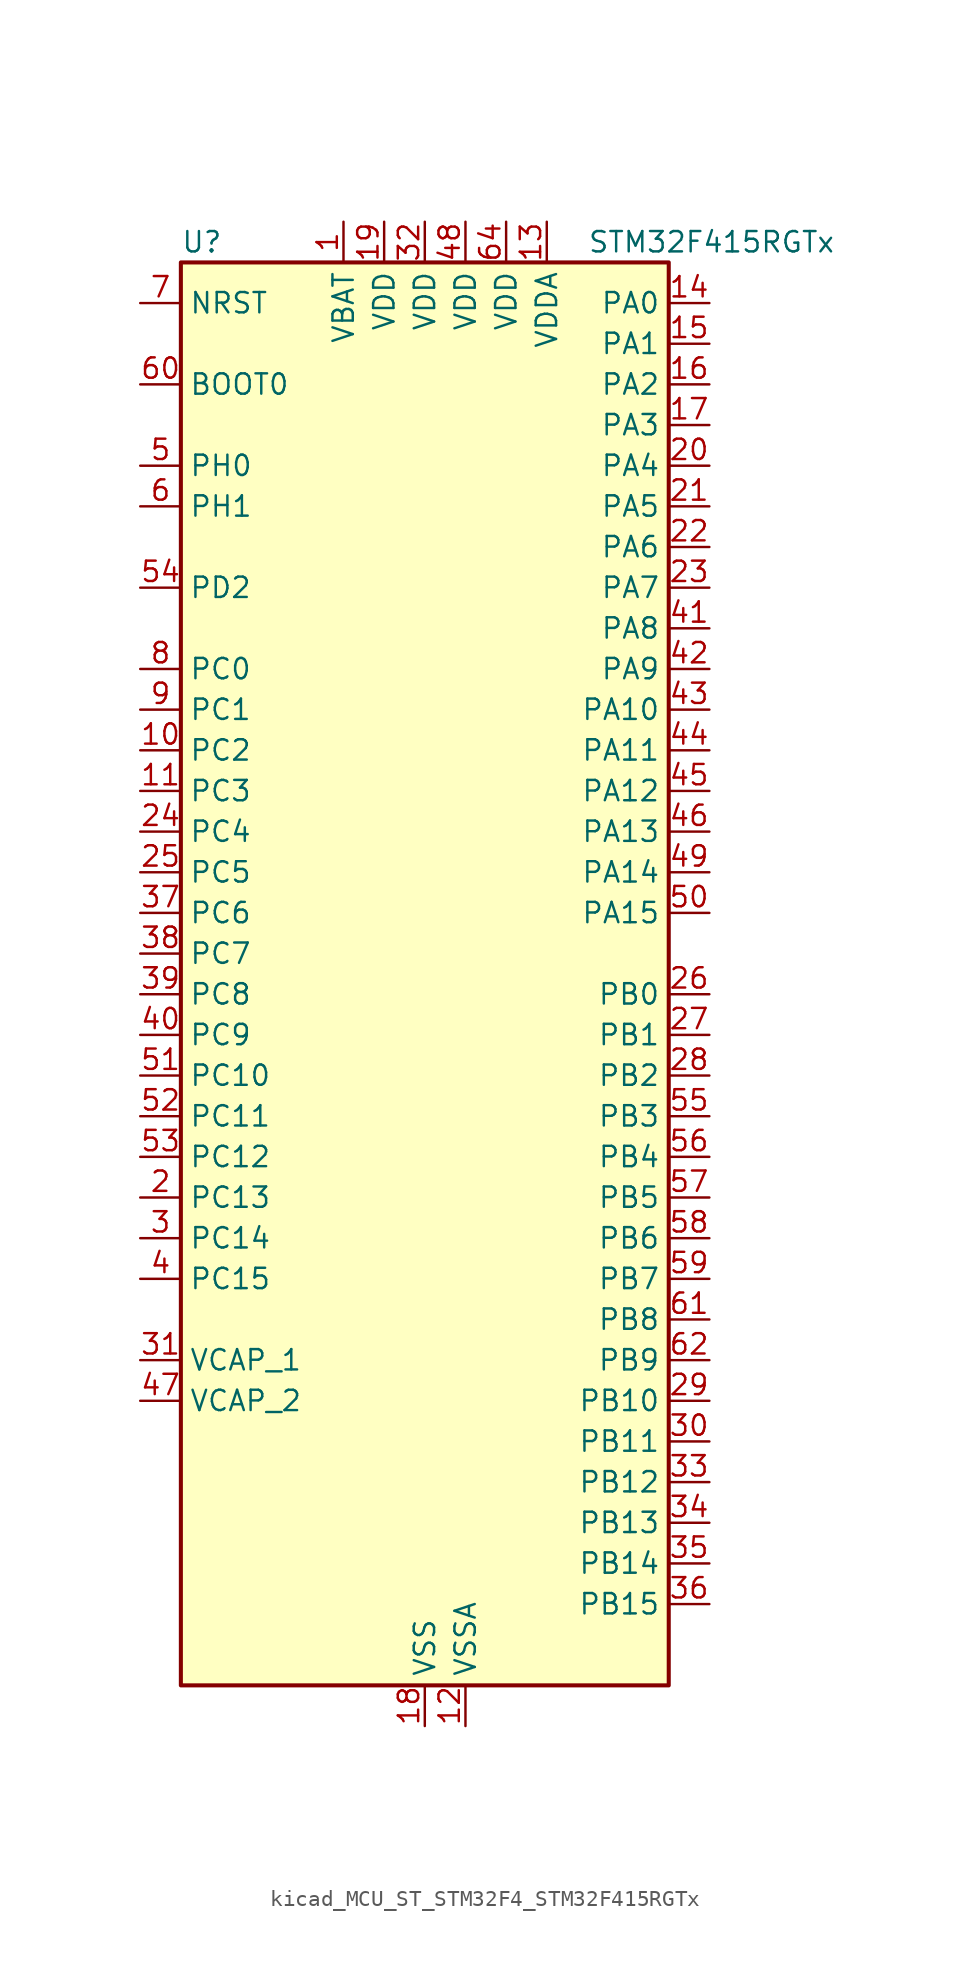
<source format=kicad_sym>
(kicad_symbol_lib
  (version 20220914)
  (generator kicad_symbol_editor)
  (symbol "kicad_MCU_ST_STM32F4_STM32F415RGTx"
    (property "Reference" "U"
      (at -15.24 46.99 0)
      (effects (font (size 1.27 1.27)) (justify left)))
    (property "Value" "STM32F415RGTx"
      (at 10.16 46.99 0)
      (effects (font (size 1.27 1.27)) (justify left)))
    (property "ki_locked" ""
      (at 0 0 0)
      (effects (font (size 1.27 1.27))))
    (symbol "kicad_MCU_ST_STM32F4_STM32F415RGTx_0_1"
      (rectangle (start -15.24 -43.18) (end 15.24 45.72) (stroke (width 0.254) (type default)) (fill (type background))))
    (symbol "kicad_MCU_ST_STM32F4_STM32F415RGTx_1_1"
      (pin power_in line (at -5.08 48.26 270) (length 2.54) (name "VBAT" (effects (font (size 1.27 1.27)))) (number "1" (effects (font (size 1.27 1.27)))))
      (pin bidirectional line (at -17.78 15.24 0) (length 2.54) (name "PC2" (effects (font (size 1.27 1.27)))) (number "10" (effects (font (size 1.27 1.27)))) (alternate "ADC1_IN12" bidirectional line) (alternate "ADC2_IN12" bidirectional line) (alternate "ADC3_IN12" bidirectional line) (alternate "I2S2_ext_SD" bidirectional line) (alternate "SPI2_MISO" bidirectional line) (alternate "USB_OTG_HS_ULPI_DIR" bidirectional line))
      (pin bidirectional line (at -17.78 12.7 0) (length 2.54) (name "PC3" (effects (font (size 1.27 1.27)))) (number "11" (effects (font (size 1.27 1.27)))) (alternate "ADC1_IN13" bidirectional line) (alternate "ADC2_IN13" bidirectional line) (alternate "ADC3_IN13" bidirectional line) (alternate "I2S2_SD" bidirectional line) (alternate "SPI2_MOSI" bidirectional line) (alternate "USB_OTG_HS_ULPI_NXT" bidirectional line))
      (pin power_in line (at 2.54 -45.72 90) (length 2.54) (name "VSSA" (effects (font (size 1.27 1.27)))) (number "12" (effects (font (size 1.27 1.27)))))
      (pin power_in line (at 7.62 48.26 270) (length 2.54) (name "VDDA" (effects (font (size 1.27 1.27)))) (number "13" (effects (font (size 1.27 1.27)))))
      (pin bidirectional line (at 17.78 43.18 180) (length 2.54) (name "PA0" (effects (font (size 1.27 1.27)))) (number "14" (effects (font (size 1.27 1.27)))) (alternate "ADC1_IN0" bidirectional line) (alternate "ADC2_IN0" bidirectional line) (alternate "ADC3_IN0" bidirectional line) (alternate "SYS_WKUP" bidirectional line) (alternate "TIM2_CH1" bidirectional line) (alternate "TIM2_ETR" bidirectional line) (alternate "TIM5_CH1" bidirectional line) (alternate "TIM8_ETR" bidirectional line) (alternate "UART4_TX" bidirectional line) (alternate "USART2_CTS" bidirectional line))
      (pin bidirectional line (at 17.78 40.64 180) (length 2.54) (name "PA1" (effects (font (size 1.27 1.27)))) (number "15" (effects (font (size 1.27 1.27)))) (alternate "ADC1_IN1" bidirectional line) (alternate "ADC2_IN1" bidirectional line) (alternate "ADC3_IN1" bidirectional line) (alternate "TIM2_CH2" bidirectional line) (alternate "TIM5_CH2" bidirectional line) (alternate "UART4_RX" bidirectional line) (alternate "USART2_RTS" bidirectional line))
      (pin bidirectional line (at 17.78 38.1 180) (length 2.54) (name "PA2" (effects (font (size 1.27 1.27)))) (number "16" (effects (font (size 1.27 1.27)))) (alternate "ADC1_IN2" bidirectional line) (alternate "ADC2_IN2" bidirectional line) (alternate "ADC3_IN2" bidirectional line) (alternate "TIM2_CH3" bidirectional line) (alternate "TIM5_CH3" bidirectional line) (alternate "TIM9_CH1" bidirectional line) (alternate "USART2_TX" bidirectional line))
      (pin bidirectional line (at 17.78 35.56 180) (length 2.54) (name "PA3" (effects (font (size 1.27 1.27)))) (number "17" (effects (font (size 1.27 1.27)))) (alternate "ADC1_IN3" bidirectional line) (alternate "ADC2_IN3" bidirectional line) (alternate "ADC3_IN3" bidirectional line) (alternate "TIM2_CH4" bidirectional line) (alternate "TIM5_CH4" bidirectional line) (alternate "TIM9_CH2" bidirectional line) (alternate "USART2_RX" bidirectional line) (alternate "USB_OTG_HS_ULPI_D0" bidirectional line))
      (pin power_in line (at 0 -45.72 90) (length 2.54) (name "VSS" (effects (font (size 1.27 1.27)))) (number "18" (effects (font (size 1.27 1.27)))))
      (pin power_in line (at -2.54 48.26 270) (length 2.54) (name "VDD" (effects (font (size 1.27 1.27)))) (number "19" (effects (font (size 1.27 1.27)))))
      (pin bidirectional line (at -17.78 -12.7 0) (length 2.54) (name "PC13" (effects (font (size 1.27 1.27)))) (number "2" (effects (font (size 1.27 1.27)))) (alternate "RTC_AF1" bidirectional line))
      (pin bidirectional line (at 17.78 33.02 180) (length 2.54) (name "PA4" (effects (font (size 1.27 1.27)))) (number "20" (effects (font (size 1.27 1.27)))) (alternate "ADC1_IN4" bidirectional line) (alternate "ADC2_IN4" bidirectional line) (alternate "DAC_OUT1" bidirectional line) (alternate "I2S3_WS" bidirectional line) (alternate "SPI1_NSS" bidirectional line) (alternate "SPI3_NSS" bidirectional line) (alternate "USART2_CK" bidirectional line) (alternate "USB_OTG_HS_SOF" bidirectional line))
      (pin bidirectional line (at 17.78 30.48 180) (length 2.54) (name "PA5" (effects (font (size 1.27 1.27)))) (number "21" (effects (font (size 1.27 1.27)))) (alternate "ADC1_IN5" bidirectional line) (alternate "ADC2_IN5" bidirectional line) (alternate "DAC_OUT2" bidirectional line) (alternate "SPI1_SCK" bidirectional line) (alternate "TIM2_CH1" bidirectional line) (alternate "TIM2_ETR" bidirectional line) (alternate "TIM8_CH1N" bidirectional line) (alternate "USB_OTG_HS_ULPI_CK" bidirectional line))
      (pin bidirectional line (at 17.78 27.94 180) (length 2.54) (name "PA6" (effects (font (size 1.27 1.27)))) (number "22" (effects (font (size 1.27 1.27)))) (alternate "ADC1_IN6" bidirectional line) (alternate "ADC2_IN6" bidirectional line) (alternate "SPI1_MISO" bidirectional line) (alternate "TIM13_CH1" bidirectional line) (alternate "TIM1_BKIN" bidirectional line) (alternate "TIM3_CH1" bidirectional line) (alternate "TIM8_BKIN" bidirectional line))
      (pin bidirectional line (at 17.78 25.4 180) (length 2.54) (name "PA7" (effects (font (size 1.27 1.27)))) (number "23" (effects (font (size 1.27 1.27)))) (alternate "ADC1_IN7" bidirectional line) (alternate "ADC2_IN7" bidirectional line) (alternate "SPI1_MOSI" bidirectional line) (alternate "TIM14_CH1" bidirectional line) (alternate "TIM1_CH1N" bidirectional line) (alternate "TIM3_CH2" bidirectional line) (alternate "TIM8_CH1N" bidirectional line))
      (pin bidirectional line (at -17.78 10.16 0) (length 2.54) (name "PC4" (effects (font (size 1.27 1.27)))) (number "24" (effects (font (size 1.27 1.27)))) (alternate "ADC1_IN14" bidirectional line) (alternate "ADC2_IN14" bidirectional line))
      (pin bidirectional line (at -17.78 7.62 0) (length 2.54) (name "PC5" (effects (font (size 1.27 1.27)))) (number "25" (effects (font (size 1.27 1.27)))) (alternate "ADC1_IN15" bidirectional line) (alternate "ADC2_IN15" bidirectional line))
      (pin bidirectional line (at 17.78 0 180) (length 2.54) (name "PB0" (effects (font (size 1.27 1.27)))) (number "26" (effects (font (size 1.27 1.27)))) (alternate "ADC1_IN8" bidirectional line) (alternate "ADC2_IN8" bidirectional line) (alternate "TIM1_CH2N" bidirectional line) (alternate "TIM3_CH3" bidirectional line) (alternate "TIM8_CH2N" bidirectional line) (alternate "USB_OTG_HS_ULPI_D1" bidirectional line))
      (pin bidirectional line (at 17.78 -2.54 180) (length 2.54) (name "PB1" (effects (font (size 1.27 1.27)))) (number "27" (effects (font (size 1.27 1.27)))) (alternate "ADC1_IN9" bidirectional line) (alternate "ADC2_IN9" bidirectional line) (alternate "TIM1_CH3N" bidirectional line) (alternate "TIM3_CH4" bidirectional line) (alternate "TIM8_CH3N" bidirectional line) (alternate "USB_OTG_HS_ULPI_D2" bidirectional line))
      (pin bidirectional line (at 17.78 -5.08 180) (length 2.54) (name "PB2" (effects (font (size 1.27 1.27)))) (number "28" (effects (font (size 1.27 1.27)))))
      (pin bidirectional line (at 17.78 -25.4 180) (length 2.54) (name "PB10" (effects (font (size 1.27 1.27)))) (number "29" (effects (font (size 1.27 1.27)))) (alternate "I2C2_SCL" bidirectional line) (alternate "I2S2_CK" bidirectional line) (alternate "SPI2_SCK" bidirectional line) (alternate "TIM2_CH3" bidirectional line) (alternate "USART3_TX" bidirectional line) (alternate "USB_OTG_HS_ULPI_D3" bidirectional line))
      (pin bidirectional line (at -17.78 -15.24 0) (length 2.54) (name "PC14" (effects (font (size 1.27 1.27)))) (number "3" (effects (font (size 1.27 1.27)))) (alternate "RCC_OSC32_IN" bidirectional line))
      (pin bidirectional line (at 17.78 -27.94 180) (length 2.54) (name "PB11" (effects (font (size 1.27 1.27)))) (number "30" (effects (font (size 1.27 1.27)))) (alternate "ADC1_EXTI11" bidirectional line) (alternate "ADC2_EXTI11" bidirectional line) (alternate "ADC3_EXTI11" bidirectional line) (alternate "I2C2_SDA" bidirectional line) (alternate "TIM2_CH4" bidirectional line) (alternate "USART3_RX" bidirectional line) (alternate "USB_OTG_HS_ULPI_D4" bidirectional line))
      (pin power_out line (at -17.78 -22.86 0) (length 2.54) (name "VCAP_1" (effects (font (size 1.27 1.27)))) (number "31" (effects (font (size 1.27 1.27)))))
      (pin power_in line (at 0 48.26 270) (length 2.54) (name "VDD" (effects (font (size 1.27 1.27)))) (number "32" (effects (font (size 1.27 1.27)))))
      (pin bidirectional line (at 17.78 -30.48 180) (length 2.54) (name "PB12" (effects (font (size 1.27 1.27)))) (number "33" (effects (font (size 1.27 1.27)))) (alternate "CAN2_RX" bidirectional line) (alternate "I2C2_SMBA" bidirectional line) (alternate "I2S2_WS" bidirectional line) (alternate "SPI2_NSS" bidirectional line) (alternate "TIM1_BKIN" bidirectional line) (alternate "USART3_CK" bidirectional line) (alternate "USB_OTG_HS_ID" bidirectional line) (alternate "USB_OTG_HS_ULPI_D5" bidirectional line))
      (pin bidirectional line (at 17.78 -33.02 180) (length 2.54) (name "PB13" (effects (font (size 1.27 1.27)))) (number "34" (effects (font (size 1.27 1.27)))) (alternate "CAN2_TX" bidirectional line) (alternate "I2S2_CK" bidirectional line) (alternate "SPI2_SCK" bidirectional line) (alternate "TIM1_CH1N" bidirectional line) (alternate "USART3_CTS" bidirectional line) (alternate "USB_OTG_HS_ULPI_D6" bidirectional line) (alternate "USB_OTG_HS_VBUS" bidirectional line))
      (pin bidirectional line (at 17.78 -35.56 180) (length 2.54) (name "PB14" (effects (font (size 1.27 1.27)))) (number "35" (effects (font (size 1.27 1.27)))) (alternate "I2S2_ext_SD" bidirectional line) (alternate "SPI2_MISO" bidirectional line) (alternate "TIM12_CH1" bidirectional line) (alternate "TIM1_CH2N" bidirectional line) (alternate "TIM8_CH2N" bidirectional line) (alternate "USART3_RTS" bidirectional line) (alternate "USB_OTG_HS_DM" bidirectional line))
      (pin bidirectional line (at 17.78 -38.1 180) (length 2.54) (name "PB15" (effects (font (size 1.27 1.27)))) (number "36" (effects (font (size 1.27 1.27)))) (alternate "ADC1_EXTI15" bidirectional line) (alternate "ADC2_EXTI15" bidirectional line) (alternate "ADC3_EXTI15" bidirectional line) (alternate "I2S2_SD" bidirectional line) (alternate "RTC_REFIN" bidirectional line) (alternate "SPI2_MOSI" bidirectional line) (alternate "TIM12_CH2" bidirectional line) (alternate "TIM1_CH3N" bidirectional line) (alternate "TIM8_CH3N" bidirectional line) (alternate "USB_OTG_HS_DP" bidirectional line))
      (pin bidirectional line (at -17.78 5.08 0) (length 2.54) (name "PC6" (effects (font (size 1.27 1.27)))) (number "37" (effects (font (size 1.27 1.27)))) (alternate "I2S2_MCK" bidirectional line) (alternate "SDIO_D6" bidirectional line) (alternate "TIM3_CH1" bidirectional line) (alternate "TIM8_CH1" bidirectional line) (alternate "USART6_TX" bidirectional line))
      (pin bidirectional line (at -17.78 2.54 0) (length 2.54) (name "PC7" (effects (font (size 1.27 1.27)))) (number "38" (effects (font (size 1.27 1.27)))) (alternate "I2S3_MCK" bidirectional line) (alternate "SDIO_D7" bidirectional line) (alternate "TIM3_CH2" bidirectional line) (alternate "TIM8_CH2" bidirectional line) (alternate "USART6_RX" bidirectional line))
      (pin bidirectional line (at -17.78 0 0) (length 2.54) (name "PC8" (effects (font (size 1.27 1.27)))) (number "39" (effects (font (size 1.27 1.27)))) (alternate "SDIO_D0" bidirectional line) (alternate "TIM3_CH3" bidirectional line) (alternate "TIM8_CH3" bidirectional line) (alternate "USART6_CK" bidirectional line))
      (pin bidirectional line (at -17.78 -17.78 0) (length 2.54) (name "PC15" (effects (font (size 1.27 1.27)))) (number "4" (effects (font (size 1.27 1.27)))) (alternate "ADC1_EXTI15" bidirectional line) (alternate "ADC2_EXTI15" bidirectional line) (alternate "ADC3_EXTI15" bidirectional line) (alternate "RCC_OSC32_OUT" bidirectional line))
      (pin bidirectional line (at -17.78 -2.54 0) (length 2.54) (name "PC9" (effects (font (size 1.27 1.27)))) (number "40" (effects (font (size 1.27 1.27)))) (alternate "DAC_EXTI9" bidirectional line) (alternate "I2C3_SDA" bidirectional line) (alternate "I2S_CKIN" bidirectional line) (alternate "RCC_MCO_2" bidirectional line) (alternate "SDIO_D1" bidirectional line) (alternate "TIM3_CH4" bidirectional line) (alternate "TIM8_CH4" bidirectional line))
      (pin bidirectional line (at 17.78 22.86 180) (length 2.54) (name "PA8" (effects (font (size 1.27 1.27)))) (number "41" (effects (font (size 1.27 1.27)))) (alternate "I2C3_SCL" bidirectional line) (alternate "RCC_MCO_1" bidirectional line) (alternate "TIM1_CH1" bidirectional line) (alternate "USART1_CK" bidirectional line) (alternate "USB_OTG_FS_SOF" bidirectional line))
      (pin bidirectional line (at 17.78 20.32 180) (length 2.54) (name "PA9" (effects (font (size 1.27 1.27)))) (number "42" (effects (font (size 1.27 1.27)))) (alternate "DAC_EXTI9" bidirectional line) (alternate "I2C3_SMBA" bidirectional line) (alternate "TIM1_CH2" bidirectional line) (alternate "USART1_TX" bidirectional line) (alternate "USB_OTG_FS_VBUS" bidirectional line))
      (pin bidirectional line (at 17.78 17.78 180) (length 2.54) (name "PA10" (effects (font (size 1.27 1.27)))) (number "43" (effects (font (size 1.27 1.27)))) (alternate "TIM1_CH3" bidirectional line) (alternate "USART1_RX" bidirectional line) (alternate "USB_OTG_FS_ID" bidirectional line))
      (pin bidirectional line (at 17.78 15.24 180) (length 2.54) (name "PA11" (effects (font (size 1.27 1.27)))) (number "44" (effects (font (size 1.27 1.27)))) (alternate "ADC1_EXTI11" bidirectional line) (alternate "ADC2_EXTI11" bidirectional line) (alternate "ADC3_EXTI11" bidirectional line) (alternate "CAN1_RX" bidirectional line) (alternate "TIM1_CH4" bidirectional line) (alternate "USART1_CTS" bidirectional line) (alternate "USB_OTG_FS_DM" bidirectional line))
      (pin bidirectional line (at 17.78 12.7 180) (length 2.54) (name "PA12" (effects (font (size 1.27 1.27)))) (number "45" (effects (font (size 1.27 1.27)))) (alternate "CAN1_TX" bidirectional line) (alternate "TIM1_ETR" bidirectional line) (alternate "USART1_RTS" bidirectional line) (alternate "USB_OTG_FS_DP" bidirectional line))
      (pin bidirectional line (at 17.78 10.16 180) (length 2.54) (name "PA13" (effects (font (size 1.27 1.27)))) (number "46" (effects (font (size 1.27 1.27)))) (alternate "SYS_JTMS-SWDIO" bidirectional line))
      (pin power_out line (at -17.78 -25.4 0) (length 2.54) (name "VCAP_2" (effects (font (size 1.27 1.27)))) (number "47" (effects (font (size 1.27 1.27)))))
      (pin power_in line (at 2.54 48.26 270) (length 2.54) (name "VDD" (effects (font (size 1.27 1.27)))) (number "48" (effects (font (size 1.27 1.27)))))
      (pin bidirectional line (at 17.78 7.62 180) (length 2.54) (name "PA14" (effects (font (size 1.27 1.27)))) (number "49" (effects (font (size 1.27 1.27)))) (alternate "SYS_JTCK-SWCLK" bidirectional line))
      (pin bidirectional line (at -17.78 33.02 0) (length 2.54) (name "PH0" (effects (font (size 1.27 1.27)))) (number "5" (effects (font (size 1.27 1.27)))) (alternate "RCC_OSC_IN" bidirectional line))
      (pin bidirectional line (at 17.78 5.08 180) (length 2.54) (name "PA15" (effects (font (size 1.27 1.27)))) (number "50" (effects (font (size 1.27 1.27)))) (alternate "ADC1_EXTI15" bidirectional line) (alternate "ADC2_EXTI15" bidirectional line) (alternate "ADC3_EXTI15" bidirectional line) (alternate "I2S3_WS" bidirectional line) (alternate "SPI1_NSS" bidirectional line) (alternate "SPI3_NSS" bidirectional line) (alternate "SYS_JTDI" bidirectional line) (alternate "TIM2_CH1" bidirectional line) (alternate "TIM2_ETR" bidirectional line))
      (pin bidirectional line (at -17.78 -5.08 0) (length 2.54) (name "PC10" (effects (font (size 1.27 1.27)))) (number "51" (effects (font (size 1.27 1.27)))) (alternate "I2S3_CK" bidirectional line) (alternate "SDIO_D2" bidirectional line) (alternate "SPI3_SCK" bidirectional line) (alternate "UART4_TX" bidirectional line) (alternate "USART3_TX" bidirectional line))
      (pin bidirectional line (at -17.78 -7.62 0) (length 2.54) (name "PC11" (effects (font (size 1.27 1.27)))) (number "52" (effects (font (size 1.27 1.27)))) (alternate "ADC1_EXTI11" bidirectional line) (alternate "ADC2_EXTI11" bidirectional line) (alternate "ADC3_EXTI11" bidirectional line) (alternate "I2S3_ext_SD" bidirectional line) (alternate "SDIO_D3" bidirectional line) (alternate "SPI3_MISO" bidirectional line) (alternate "UART4_RX" bidirectional line) (alternate "USART3_RX" bidirectional line))
      (pin bidirectional line (at -17.78 -10.16 0) (length 2.54) (name "PC12" (effects (font (size 1.27 1.27)))) (number "53" (effects (font (size 1.27 1.27)))) (alternate "I2S3_SD" bidirectional line) (alternate "SDIO_CK" bidirectional line) (alternate "SPI3_MOSI" bidirectional line) (alternate "UART5_TX" bidirectional line) (alternate "USART3_CK" bidirectional line))
      (pin bidirectional line (at -17.78 25.4 0) (length 2.54) (name "PD2" (effects (font (size 1.27 1.27)))) (number "54" (effects (font (size 1.27 1.27)))) (alternate "SDIO_CMD" bidirectional line) (alternate "TIM3_ETR" bidirectional line) (alternate "UART5_RX" bidirectional line))
      (pin bidirectional line (at 17.78 -7.62 180) (length 2.54) (name "PB3" (effects (font (size 1.27 1.27)))) (number "55" (effects (font (size 1.27 1.27)))) (alternate "I2S3_CK" bidirectional line) (alternate "SPI1_SCK" bidirectional line) (alternate "SPI3_SCK" bidirectional line) (alternate "SYS_JTDO-SWO" bidirectional line) (alternate "TIM2_CH2" bidirectional line))
      (pin bidirectional line (at 17.78 -10.16 180) (length 2.54) (name "PB4" (effects (font (size 1.27 1.27)))) (number "56" (effects (font (size 1.27 1.27)))) (alternate "I2S3_ext_SD" bidirectional line) (alternate "SPI1_MISO" bidirectional line) (alternate "SPI3_MISO" bidirectional line) (alternate "SYS_JTRST" bidirectional line) (alternate "TIM3_CH1" bidirectional line))
      (pin bidirectional line (at 17.78 -12.7 180) (length 2.54) (name "PB5" (effects (font (size 1.27 1.27)))) (number "57" (effects (font (size 1.27 1.27)))) (alternate "CAN2_RX" bidirectional line) (alternate "I2C1_SMBA" bidirectional line) (alternate "I2S3_SD" bidirectional line) (alternate "SPI1_MOSI" bidirectional line) (alternate "SPI3_MOSI" bidirectional line) (alternate "TIM3_CH2" bidirectional line) (alternate "USB_OTG_HS_ULPI_D7" bidirectional line))
      (pin bidirectional line (at 17.78 -15.24 180) (length 2.54) (name "PB6" (effects (font (size 1.27 1.27)))) (number "58" (effects (font (size 1.27 1.27)))) (alternate "CAN2_TX" bidirectional line) (alternate "I2C1_SCL" bidirectional line) (alternate "TIM4_CH1" bidirectional line) (alternate "USART1_TX" bidirectional line))
      (pin bidirectional line (at 17.78 -17.78 180) (length 2.54) (name "PB7" (effects (font (size 1.27 1.27)))) (number "59" (effects (font (size 1.27 1.27)))) (alternate "I2C1_SDA" bidirectional line) (alternate "TIM4_CH2" bidirectional line) (alternate "USART1_RX" bidirectional line))
      (pin bidirectional line (at -17.78 30.48 0) (length 2.54) (name "PH1" (effects (font (size 1.27 1.27)))) (number "6" (effects (font (size 1.27 1.27)))) (alternate "RCC_OSC_OUT" bidirectional line))
      (pin input line (at -17.78 38.1 0) (length 2.54) (name "BOOT0" (effects (font (size 1.27 1.27)))) (number "60" (effects (font (size 1.27 1.27)))))
      (pin bidirectional line (at 17.78 -20.32 180) (length 2.54) (name "PB8" (effects (font (size 1.27 1.27)))) (number "61" (effects (font (size 1.27 1.27)))) (alternate "CAN1_RX" bidirectional line) (alternate "I2C1_SCL" bidirectional line) (alternate "SDIO_D4" bidirectional line) (alternate "TIM10_CH1" bidirectional line) (alternate "TIM4_CH3" bidirectional line))
      (pin bidirectional line (at 17.78 -22.86 180) (length 2.54) (name "PB9" (effects (font (size 1.27 1.27)))) (number "62" (effects (font (size 1.27 1.27)))) (alternate "CAN1_TX" bidirectional line) (alternate "DAC_EXTI9" bidirectional line) (alternate "I2C1_SDA" bidirectional line) (alternate "I2S2_WS" bidirectional line) (alternate "SDIO_D5" bidirectional line) (alternate "SPI2_NSS" bidirectional line) (alternate "TIM11_CH1" bidirectional line) (alternate "TIM4_CH4" bidirectional line))
      (pin passive line (at 0 -45.72 90) (length 2.54) hide (name "VSS" (effects (font (size 1.27 1.27)))) (number "63" (effects (font (size 1.27 1.27)))))
      (pin power_in line (at 5.08 48.26 270) (length 2.54) (name "VDD" (effects (font (size 1.27 1.27)))) (number "64" (effects (font (size 1.27 1.27)))))
      (pin input line (at -17.78 43.18 0) (length 2.54) (name "NRST" (effects (font (size 1.27 1.27)))) (number "7" (effects (font (size 1.27 1.27)))))
      (pin bidirectional line (at -17.78 20.32 0) (length 2.54) (name "PC0" (effects (font (size 1.27 1.27)))) (number "8" (effects (font (size 1.27 1.27)))) (alternate "ADC1_IN10" bidirectional line) (alternate "ADC2_IN10" bidirectional line) (alternate "ADC3_IN10" bidirectional line) (alternate "USB_OTG_HS_ULPI_STP" bidirectional line))
      (pin bidirectional line (at -17.78 17.78 0) (length 2.54) (name "PC1" (effects (font (size 1.27 1.27)))) (number "9" (effects (font (size 1.27 1.27)))) (alternate "ADC1_IN11" bidirectional line) (alternate "ADC2_IN11" bidirectional line) (alternate "ADC3_IN11" bidirectional line)))))
</source>
